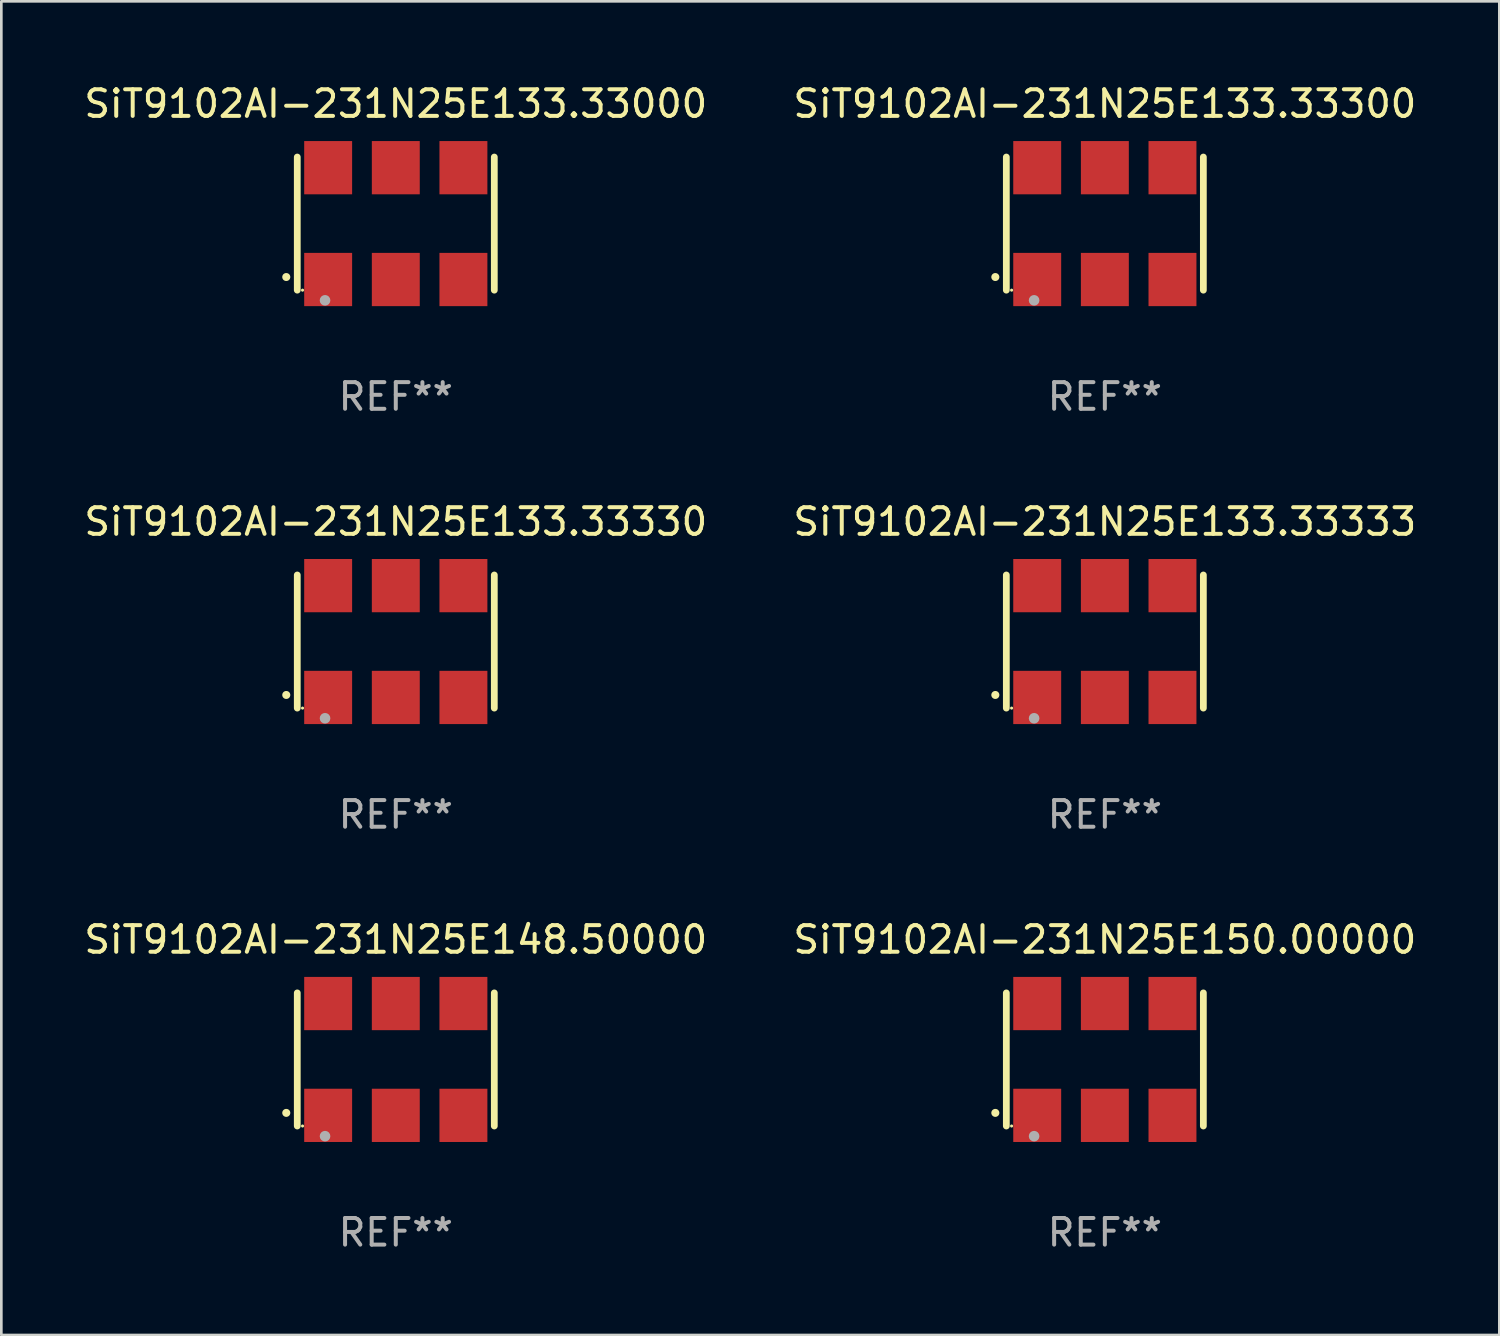
<source format=kicad_pcb>
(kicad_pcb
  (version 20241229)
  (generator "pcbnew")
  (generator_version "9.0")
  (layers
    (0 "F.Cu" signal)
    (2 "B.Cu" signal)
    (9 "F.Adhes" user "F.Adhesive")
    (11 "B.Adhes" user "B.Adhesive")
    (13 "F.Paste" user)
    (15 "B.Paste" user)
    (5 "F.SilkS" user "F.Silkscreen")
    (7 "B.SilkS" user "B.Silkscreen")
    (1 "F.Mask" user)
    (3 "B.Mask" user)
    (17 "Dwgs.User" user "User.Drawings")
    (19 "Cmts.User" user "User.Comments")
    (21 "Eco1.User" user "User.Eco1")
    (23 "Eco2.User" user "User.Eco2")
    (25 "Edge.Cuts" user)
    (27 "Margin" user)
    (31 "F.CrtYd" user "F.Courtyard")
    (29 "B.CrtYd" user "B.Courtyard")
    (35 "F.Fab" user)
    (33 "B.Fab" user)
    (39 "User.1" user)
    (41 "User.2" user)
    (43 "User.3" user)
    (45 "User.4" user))
  (footprint "SiT9102AI-231N25E133.33330"
    (layer "F.Cu")
    (at 11.815 21.045)
    (property "Reference" "SiT9102AI-231N25E133.33330" (at 0 -4.5 0) (layer "F.SilkS") (effects (font (size 1 1) (thickness 0.15))))
    (attr through_hole)
    (fp_line (start -3.7 -2.5) (end -3.7 2.5) (stroke (width 0.254) (type solid)) (layer "F.SilkS"))
    (fp_line (start 3.7 -2.5) (end 3.7 2.5) (stroke (width 0.254) (type solid)) (layer "F.SilkS"))
    (fp_arc (start -4.114415 2.006604) (mid -4.113145 2.006599) (end -4.111875 2.006604) (stroke (width 0.3) (type solid)) (layer "F.SilkS"))
    (fp_circle (center -3.502 2.5) (end -3.472 2.5) (stroke (width 0.06) (type solid)) (fill no) (layer "F.SilkS"))
    (fp_circle (center -2.657 2.882) (end -2.557 2.882) (stroke (width 0.2) (type solid)) (fill no) (layer "F.Fab"))
    (fp_text user "REF**" (at 0 6.5 0) (layer "F.Fab") (effects (font (size 1 1) (thickness 0.15))))
    (pad "1" smd rect (at -2.54 2.1) (size 1.8 2) (layers "F.Cu" "F.Mask" "F.Paste"))
    (pad "2" smd rect (at 0.000394 2.1) (size 1.8 2) (layers "F.Cu" "F.Mask" "F.Paste"))
    (pad "3" smd rect (at 2.54 2.1) (size 1.8 2) (layers "F.Cu" "F.Mask" "F.Paste"))
    (pad "4" smd rect (at 2.54 -2.1) (size 1.8 2) (layers "F.Cu" "F.Mask" "F.Paste"))
    (pad "5" smd rect (at 0.000394 -2.1) (size 1.8 2) (layers "F.Cu" "F.Mask" "F.Paste"))
    (pad "6" smd rect (at -2.54 -2.1) (size 1.8 2) (layers "F.Cu" "F.Mask" "F.Paste")))
  (footprint "SiT9102AI-231N25E133.33000"
    (layer "F.Cu")
    (at 11.815 5.348)
    (property "Reference" "SiT9102AI-231N25E133.33000" (at 0 -4.5 0) (layer "F.SilkS") (effects (font (size 1 1) (thickness 0.15))))
    (attr through_hole)
    (fp_line (start -3.7 -2.5) (end -3.7 2.5) (stroke (width 0.254) (type solid)) (layer "F.SilkS"))
    (fp_line (start 3.7 -2.5) (end 3.7 2.5) (stroke (width 0.254) (type solid)) (layer "F.SilkS"))
    (fp_arc (start -4.114415 2.006604) (mid -4.113145 2.006599) (end -4.111875 2.006604) (stroke (width 0.3) (type solid)) (layer "F.SilkS"))
    (fp_circle (center -3.502 2.5) (end -3.472 2.5) (stroke (width 0.06) (type solid)) (fill no) (layer "F.SilkS"))
    (fp_circle (center -2.657 2.882) (end -2.557 2.882) (stroke (width 0.2) (type solid)) (fill no) (layer "F.Fab"))
    (fp_text user "REF**" (at 0 6.5 0) (layer "F.Fab") (effects (font (size 1 1) (thickness 0.15))))
    (pad "1" smd rect (at -2.54 2.1) (size 1.8 2) (layers "F.Cu" "F.Mask" "F.Paste"))
    (pad "2" smd rect (at 0.000394 2.1) (size 1.8 2) (layers "F.Cu" "F.Mask" "F.Paste"))
    (pad "3" smd rect (at 2.54 2.1) (size 1.8 2) (layers "F.Cu" "F.Mask" "F.Paste"))
    (pad "4" smd rect (at 2.54 -2.1) (size 1.8 2) (layers "F.Cu" "F.Mask" "F.Paste"))
    (pad "5" smd rect (at 0.000394 -2.1) (size 1.8 2) (layers "F.Cu" "F.Mask" "F.Paste"))
    (pad "6" smd rect (at -2.54 -2.1) (size 1.8 2) (layers "F.Cu" "F.Mask" "F.Paste")))
  (footprint "SiT9102AI-231N25E133.33333"
    (layer "F.Cu")
    (at 38.446 21.045)
    (property "Reference" "SiT9102AI-231N25E133.33333" (at 0 -4.5 0) (layer "F.SilkS") (effects (font (size 1 1) (thickness 0.15))))
    (attr through_hole)
    (fp_line (start -3.7 -2.5) (end -3.7 2.5) (stroke (width 0.254) (type solid)) (layer "F.SilkS"))
    (fp_line (start 3.7 -2.5) (end 3.7 2.5) (stroke (width 0.254) (type solid)) (layer "F.SilkS"))
    (fp_arc (start -4.114415 2.006604) (mid -4.113145 2.006599) (end -4.111875 2.006604) (stroke (width 0.3) (type solid)) (layer "F.SilkS"))
    (fp_circle (center -3.502 2.5) (end -3.472 2.5) (stroke (width 0.06) (type solid)) (fill no) (layer "F.SilkS"))
    (fp_circle (center -2.657 2.882) (end -2.557 2.882) (stroke (width 0.2) (type solid)) (fill no) (layer "F.Fab"))
    (fp_text user "REF**" (at 0 6.5 0) (layer "F.Fab") (effects (font (size 1 1) (thickness 0.15))))
    (pad "1" smd rect (at -2.54 2.1) (size 1.8 2) (layers "F.Cu" "F.Mask" "F.Paste"))
    (pad "2" smd rect (at 0.000394 2.1) (size 1.8 2) (layers "F.Cu" "F.Mask" "F.Paste"))
    (pad "3" smd rect (at 2.54 2.1) (size 1.8 2) (layers "F.Cu" "F.Mask" "F.Paste"))
    (pad "4" smd rect (at 2.54 -2.1) (size 1.8 2) (layers "F.Cu" "F.Mask" "F.Paste"))
    (pad "5" smd rect (at 0.000394 -2.1) (size 1.8 2) (layers "F.Cu" "F.Mask" "F.Paste"))
    (pad "6" smd rect (at -2.54 -2.1) (size 1.8 2) (layers "F.Cu" "F.Mask" "F.Paste")))
  (footprint "SiT9102AI-231N25E150.00000"
    (layer "F.Cu")
    (at 38.446 36.741)
    (property "Reference" "SiT9102AI-231N25E150.00000" (at 0 -4.5 0) (layer "F.SilkS") (effects (font (size 1 1) (thickness 0.15))))
    (attr through_hole)
    (fp_line (start -3.7 -2.5) (end -3.7 2.5) (stroke (width 0.254) (type solid)) (layer "F.SilkS"))
    (fp_line (start 3.7 -2.5) (end 3.7 2.5) (stroke (width 0.254) (type solid)) (layer "F.SilkS"))
    (fp_arc (start -4.114415 2.006604) (mid -4.113145 2.006599) (end -4.111875 2.006604) (stroke (width 0.3) (type solid)) (layer "F.SilkS"))
    (fp_circle (center -3.502 2.5) (end -3.472 2.5) (stroke (width 0.06) (type solid)) (fill no) (layer "F.SilkS"))
    (fp_circle (center -2.657 2.882) (end -2.557 2.882) (stroke (width 0.2) (type solid)) (fill no) (layer "F.Fab"))
    (fp_text user "REF**" (at 0 6.5 0) (layer "F.Fab") (effects (font (size 1 1) (thickness 0.15))))
    (pad "1" smd rect (at -2.54 2.1) (size 1.8 2) (layers "F.Cu" "F.Mask" "F.Paste"))
    (pad "2" smd rect (at 0.000394 2.1) (size 1.8 2) (layers "F.Cu" "F.Mask" "F.Paste"))
    (pad "3" smd rect (at 2.54 2.1) (size 1.8 2) (layers "F.Cu" "F.Mask" "F.Paste"))
    (pad "4" smd rect (at 2.54 -2.1) (size 1.8 2) (layers "F.Cu" "F.Mask" "F.Paste"))
    (pad "5" smd rect (at 0.000394 -2.1) (size 1.8 2) (layers "F.Cu" "F.Mask" "F.Paste"))
    (pad "6" smd rect (at -2.54 -2.1) (size 1.8 2) (layers "F.Cu" "F.Mask" "F.Paste")))
  (footprint "SiT9102AI-231N25E133.33300"
    (layer "F.Cu")
    (at 38.446 5.348)
    (property "Reference" "SiT9102AI-231N25E133.33300" (at 0 -4.5 0) (layer "F.SilkS") (effects (font (size 1 1) (thickness 0.15))))
    (attr through_hole)
    (fp_line (start -3.7 -2.5) (end -3.7 2.5) (stroke (width 0.254) (type solid)) (layer "F.SilkS"))
    (fp_line (start 3.7 -2.5) (end 3.7 2.5) (stroke (width 0.254) (type solid)) (layer "F.SilkS"))
    (fp_arc (start -4.114415 2.006604) (mid -4.113145 2.006599) (end -4.111875 2.006604) (stroke (width 0.3) (type solid)) (layer "F.SilkS"))
    (fp_circle (center -3.502 2.5) (end -3.472 2.5) (stroke (width 0.06) (type solid)) (fill no) (layer "F.SilkS"))
    (fp_circle (center -2.657 2.882) (end -2.557 2.882) (stroke (width 0.2) (type solid)) (fill no) (layer "F.Fab"))
    (fp_text user "REF**" (at 0 6.5 0) (layer "F.Fab") (effects (font (size 1 1) (thickness 0.15))))
    (pad "1" smd rect (at -2.54 2.1) (size 1.8 2) (layers "F.Cu" "F.Mask" "F.Paste"))
    (pad "2" smd rect (at 0.000394 2.1) (size 1.8 2) (layers "F.Cu" "F.Mask" "F.Paste"))
    (pad "3" smd rect (at 2.54 2.1) (size 1.8 2) (layers "F.Cu" "F.Mask" "F.Paste"))
    (pad "4" smd rect (at 2.54 -2.1) (size 1.8 2) (layers "F.Cu" "F.Mask" "F.Paste"))
    (pad "5" smd rect (at 0.000394 -2.1) (size 1.8 2) (layers "F.Cu" "F.Mask" "F.Paste"))
    (pad "6" smd rect (at -2.54 -2.1) (size 1.8 2) (layers "F.Cu" "F.Mask" "F.Paste")))
  (footprint "SiT9102AI-231N25E148.50000"
    (layer "F.Cu")
    (at 11.815 36.741)
    (property "Reference" "SiT9102AI-231N25E148.50000" (at 0 -4.5 0) (layer "F.SilkS") (effects (font (size 1 1) (thickness 0.15))))
    (attr through_hole)
    (fp_line (start -3.7 -2.5) (end -3.7 2.5) (stroke (width 0.254) (type solid)) (layer "F.SilkS"))
    (fp_line (start 3.7 -2.5) (end 3.7 2.5) (stroke (width 0.254) (type solid)) (layer "F.SilkS"))
    (fp_arc (start -4.114415 2.006604) (mid -4.113145 2.006599) (end -4.111875 2.006604) (stroke (width 0.3) (type solid)) (layer "F.SilkS"))
    (fp_circle (center -3.502 2.5) (end -3.472 2.5) (stroke (width 0.06) (type solid)) (fill no) (layer "F.SilkS"))
    (fp_circle (center -2.657 2.882) (end -2.557 2.882) (stroke (width 0.2) (type solid)) (fill no) (layer "F.Fab"))
    (fp_text user "REF**" (at 0 6.5 0) (layer "F.Fab") (effects (font (size 1 1) (thickness 0.15))))
    (pad "1" smd rect (at -2.54 2.1) (size 1.8 2) (layers "F.Cu" "F.Mask" "F.Paste"))
    (pad "2" smd rect (at 0.000394 2.1) (size 1.8 2) (layers "F.Cu" "F.Mask" "F.Paste"))
    (pad "3" smd rect (at 2.54 2.1) (size 1.8 2) (layers "F.Cu" "F.Mask" "F.Paste"))
    (pad "4" smd rect (at 2.54 -2.1) (size 1.8 2) (layers "F.Cu" "F.Mask" "F.Paste"))
    (pad "5" smd rect (at 0.000394 -2.1) (size 1.8 2) (layers "F.Cu" "F.Mask" "F.Paste"))
    (pad "6" smd rect (at -2.54 -2.1) (size 1.8 2) (layers "F.Cu" "F.Mask" "F.Paste")))
  (gr_rect
    (start -3 -3)
    (end 53.262 47.09)
    (stroke (width 0.1) (type default))
    (fill no)
    (layer "Edge.Cuts")))
</source>
